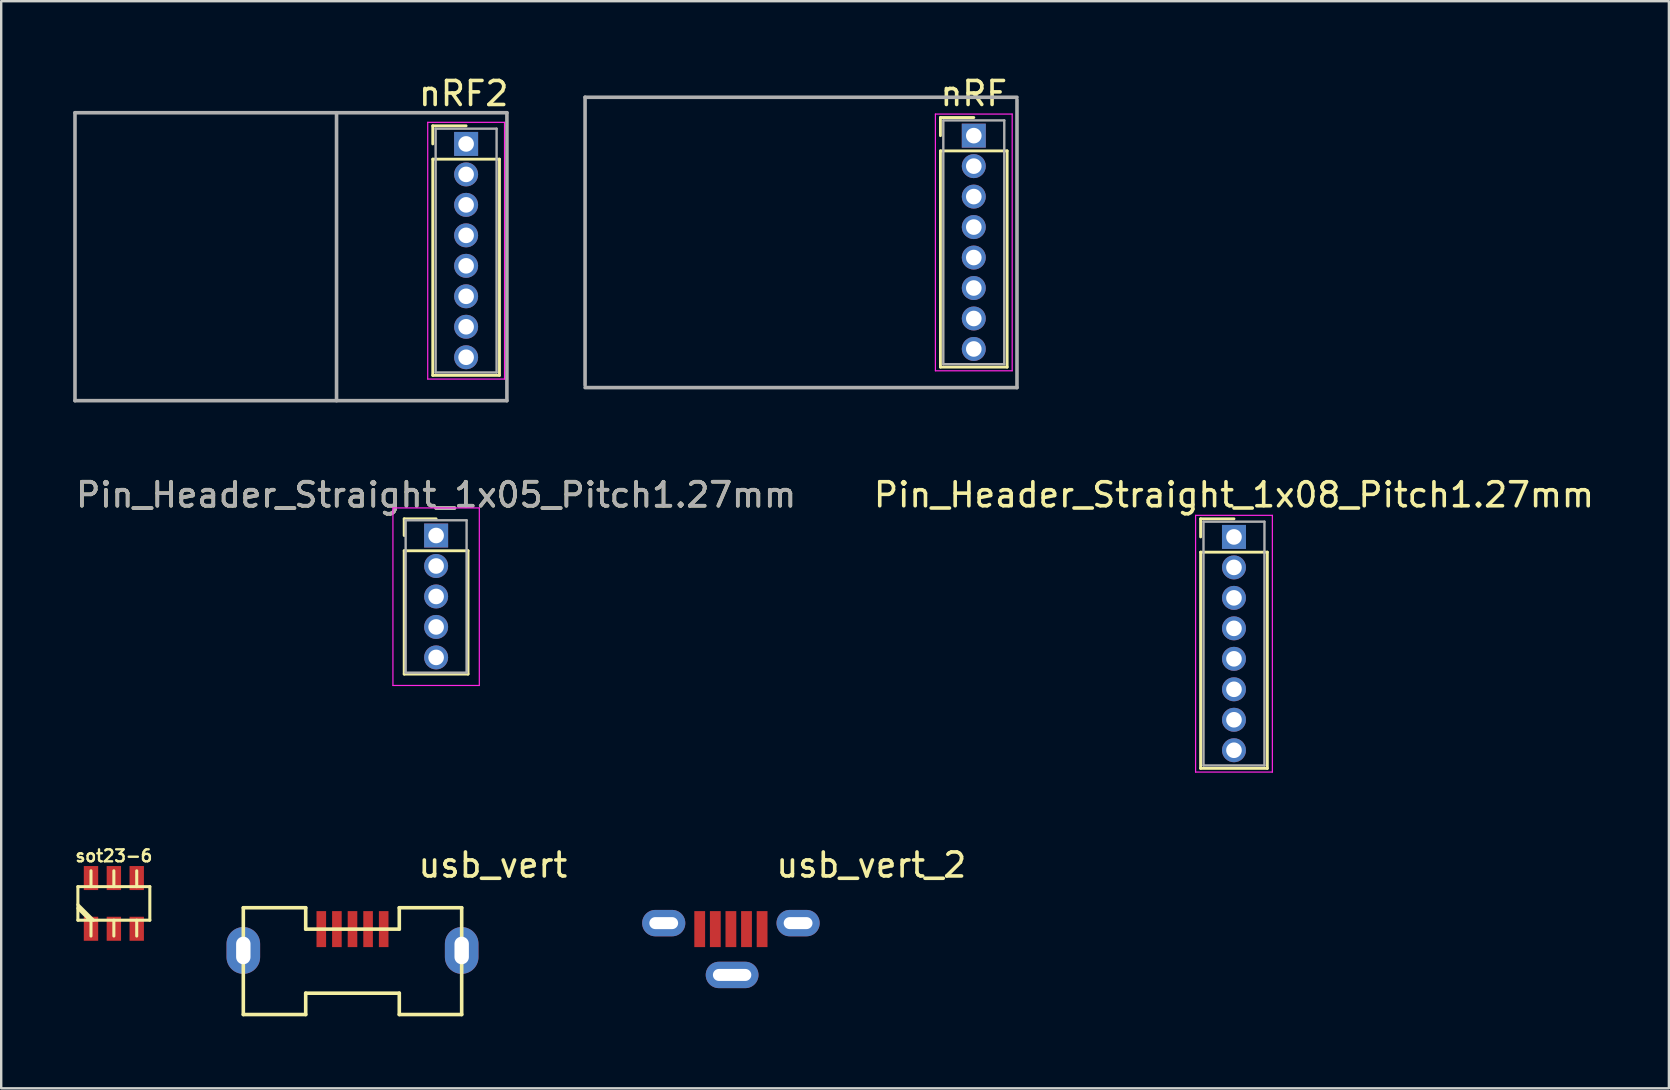
<source format=kicad_pcb>
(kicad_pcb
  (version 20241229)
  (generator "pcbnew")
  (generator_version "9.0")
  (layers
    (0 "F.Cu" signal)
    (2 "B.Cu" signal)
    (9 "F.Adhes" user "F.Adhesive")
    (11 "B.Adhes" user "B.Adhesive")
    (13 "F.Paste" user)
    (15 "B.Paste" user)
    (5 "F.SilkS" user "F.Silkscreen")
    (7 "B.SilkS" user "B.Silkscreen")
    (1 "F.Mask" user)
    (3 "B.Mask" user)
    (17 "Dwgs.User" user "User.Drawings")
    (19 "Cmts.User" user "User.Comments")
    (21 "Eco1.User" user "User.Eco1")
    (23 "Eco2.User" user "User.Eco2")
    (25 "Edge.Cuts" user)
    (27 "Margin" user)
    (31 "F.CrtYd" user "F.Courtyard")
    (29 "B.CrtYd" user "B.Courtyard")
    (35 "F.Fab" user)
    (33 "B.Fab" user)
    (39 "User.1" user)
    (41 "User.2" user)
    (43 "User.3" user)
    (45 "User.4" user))
  (footprint "usb_vert_2"
    (layer "F.Cu")
    (at 27.41 35.67)
    (property "Reference" "usb_vert_2" (at 5.85 -2.67 0) (layer "F.SilkS") (effects (font (size 1 1) (thickness 0.15))))
    (attr through_hole)
    (pad "1" smd rect (at -1.3 0) (size 0.45 1.5) (layers "F.Cu" "F.Mask" "F.Paste"))
    (pad "2" smd rect (at -0.65 0) (size 0.45 1.5) (layers "F.Cu" "F.Mask" "F.Paste"))
    (pad "3" smd rect (at 0 0) (size 0.45 1.5) (layers "F.Cu" "F.Mask" "F.Paste"))
    (pad "4" smd rect (at 0.65 0) (size 0.45 1.5) (layers "F.Cu" "F.Mask" "F.Paste"))
    (pad "5" smd rect (at 1.3 0) (size 0.45 1.5) (layers "F.Cu" "F.Mask" "F.Paste"))
    (pad "6" thru_hole oval (at -2.8 -0.25 90) (size 1.1 1.8) (drill oval 0.5 1.2) (layers "*.Cu" "*.Mask"))
    (pad "6" thru_hole oval (at 0.05 1.91 90) (size 1.1 2.2) (drill oval 0.5 1.6) (layers "*.Cu" "*.Mask"))
    (pad "6" thru_hole oval (at 2.8 -0.25 90) (size 1.1 1.8) (drill oval 0.5 1.2) (layers "*.Cu" "*.Mask")))
  (footprint "Pin_Header_Straight_1x08_Pitch1.27mm"
    (layer "F.Cu")
    (at 48.375 19.326)
    (property "Reference" "Pin_Header_Straight_1x08_Pitch1.27mm" (at 0 -1.755 0) (layer "F.SilkS") (effects (font (size 1 1) (thickness 0.15))))
    (attr through_hole)
    (fp_line (start -1.39 -0.755) (end 0 -0.755) (stroke (width 0.12) (type solid)) (layer "F.SilkS"))
    (fp_line (start -1.39 0) (end -1.39 -0.755) (stroke (width 0.12) (type solid)) (layer "F.SilkS"))
    (fp_line (start -1.39 0.635) (end -1.39 9.645) (stroke (width 0.12) (type solid)) (layer "F.SilkS"))
    (fp_line (start -1.39 9.645) (end 1.39 9.645) (stroke (width 0.12) (type solid)) (layer "F.SilkS"))
    (fp_line (start 1.39 0.635) (end -1.39 0.635) (stroke (width 0.12) (type solid)) (layer "F.SilkS"))
    (fp_line (start 1.39 9.645) (end 1.39 0.635) (stroke (width 0.12) (type solid)) (layer "F.SilkS"))
    (fp_line (start -1.6 -0.9) (end -1.6 9.8) (stroke (width 0.05) (type solid)) (layer "F.CrtYd"))
    (fp_line (start -1.6 9.8) (end 1.6 9.8) (stroke (width 0.05) (type solid)) (layer "F.CrtYd"))
    (fp_line (start 1.6 -0.9) (end -1.6 -0.9) (stroke (width 0.05) (type solid)) (layer "F.CrtYd"))
    (fp_line (start 1.6 9.8) (end 1.6 -0.9) (stroke (width 0.05) (type solid)) (layer "F.CrtYd"))
    (fp_line (start -1.27 -0.635) (end -1.27 9.525) (stroke (width 0.1) (type solid)) (layer "F.Fab"))
    (fp_line (start -1.27 9.525) (end 1.27 9.525) (stroke (width 0.1) (type solid)) (layer "F.Fab"))
    (fp_line (start 1.27 -0.635) (end -1.27 -0.635) (stroke (width 0.1) (type solid)) (layer "F.Fab"))
    (fp_line (start 1.27 9.525) (end 1.27 -0.635) (stroke (width 0.1) (type solid)) (layer "F.Fab"))
    (pad "1" thru_hole rect (at 0 0) (size 1 1) (drill 0.65) (layers "*.Cu" "*.Mask"))
    (pad "2" thru_hole oval (at 0 1.27) (size 1 1) (drill 0.65) (layers "*.Cu" "*.Mask"))
    (pad "3" thru_hole oval (at 0 2.54) (size 1 1) (drill 0.65) (layers "*.Cu" "*.Mask"))
    (pad "4" thru_hole oval (at 0 3.81) (size 1 1) (drill 0.65) (layers "*.Cu" "*.Mask"))
    (pad "5" thru_hole oval (at 0 5.08) (size 1 1) (drill 0.65) (layers "*.Cu" "*.Mask"))
    (pad "6" thru_hole oval (at 0 6.35) (size 1 1) (drill 0.65) (layers "*.Cu" "*.Mask"))
    (pad "7" thru_hole oval (at 0 7.62) (size 1 1) (drill 0.65) (layers "*.Cu" "*.Mask"))
    (pad "8" thru_hole oval (at 0 8.89) (size 1 1) (drill 0.65) (layers "*.Cu" "*.Mask")))
  (footprint "usb_vert"
    (layer "F.Cu")
    (at 11.64 35.67)
    (property "Reference" "usb_vert" (at 5.85 -2.67 0) (layer "F.SilkS") (effects (font (size 1 1) (thickness 0.15))))
    (attr through_hole)
    (fp_line (start -4.55 -0.89) (end -4.55 3.56) (stroke (width 0.15) (type solid)) (layer "F.SilkS"))
    (fp_line (start -4.55 3.56) (end -1.95 3.56) (stroke (width 0.15) (type solid)) (layer "F.SilkS"))
    (fp_line (start -1.95 -0.89) (end -4.55 -0.89) (stroke (width 0.15) (type solid)) (layer "F.SilkS"))
    (fp_line (start -1.95 0) (end -1.95 -0.89) (stroke (width 0.15) (type solid)) (layer "F.SilkS"))
    (fp_line (start -1.95 2.67) (end 1.95 2.67) (stroke (width 0.15) (type solid)) (layer "F.SilkS"))
    (fp_line (start -1.95 3.56) (end -1.95 2.67) (stroke (width 0.15) (type solid)) (layer "F.SilkS"))
    (fp_line (start 1.95 -0.89) (end 1.95 0) (stroke (width 0.15) (type solid)) (layer "F.SilkS"))
    (fp_line (start 1.95 0) (end -1.95 0) (stroke (width 0.15) (type solid)) (layer "F.SilkS"))
    (fp_line (start 1.95 2.67) (end 1.95 3.56) (stroke (width 0.15) (type solid)) (layer "F.SilkS"))
    (fp_line (start 1.95 3.56) (end 4.55 3.56) (stroke (width 0.15) (type solid)) (layer "F.SilkS"))
    (fp_line (start 4.55 -0.89) (end 1.95 -0.89) (stroke (width 0.15) (type solid)) (layer "F.SilkS"))
    (fp_line (start 4.55 3.56) (end 4.55 -0.89) (stroke (width 0.15) (type solid)) (layer "F.SilkS"))
    (pad "1" smd rect (at -1.3 0) (size 0.4 1.5) (layers "F.Cu" "F.Mask" "F.Paste"))
    (pad "2" smd rect (at -0.65 0) (size 0.4 1.5) (layers "F.Cu" "F.Mask" "F.Paste"))
    (pad "3" smd rect (at 0 0) (size 0.4 1.5) (layers "F.Cu" "F.Mask" "F.Paste"))
    (pad "4" smd rect (at 0.65 0) (size 0.4 1.5) (layers "F.Cu" "F.Mask" "F.Paste"))
    (pad "5" smd rect (at 1.3 0) (size 0.4 1.5) (layers "F.Cu" "F.Mask" "F.Paste"))
    (pad "6" thru_hole oval (at 4.55 0.89) (size 1.4 1.95) (drill oval 0.6 1.15) (layers "*.Cu" "*.Mask"))
    (pad "7" thru_hole oval (at -4.55 0.89) (size 1.4 1.95) (drill oval 0.6 1.15) (layers "*.Cu" "*.Mask")))
  (footprint "Pin_Header_Straight_1x05_Pitch1.27mm"
    (layer "F.Cu")
    (at 15.125 19.267)
    (property "Reference" "Pin_Header_Straight_1x05_Pitch1.27mm" (at 0 -1.695 0) (layer "F.SilkS") (effects (font (size 1 1) (thickness 0.15))))
    (attr through_hole)
    (fp_line (start -1.33 -0.695) (end 0 -0.695) (stroke (width 0.12) (type solid)) (layer "F.SilkS"))
    (fp_line (start -1.33 0) (end -1.33 -0.695) (stroke (width 0.12) (type solid)) (layer "F.SilkS"))
    (fp_line (start -1.33 0.635) (end -1.33 5.775) (stroke (width 0.12) (type solid)) (layer "F.SilkS"))
    (fp_line (start -1.33 5.775) (end 1.33 5.775) (stroke (width 0.12) (type solid)) (layer "F.SilkS"))
    (fp_line (start 1.33 0.635) (end -1.33 0.635) (stroke (width 0.12) (type solid)) (layer "F.SilkS"))
    (fp_line (start 1.33 5.775) (end 1.33 0.635) (stroke (width 0.12) (type solid)) (layer "F.SilkS"))
    (fp_line (start -1.8 -1.15) (end -1.8 6.25) (stroke (width 0.05) (type solid)) (layer "F.CrtYd"))
    (fp_line (start -1.8 6.25) (end 1.8 6.25) (stroke (width 0.05) (type solid)) (layer "F.CrtYd"))
    (fp_line (start 1.8 -1.15) (end -1.8 -1.15) (stroke (width 0.05) (type solid)) (layer "F.CrtYd"))
    (fp_line (start 1.8 6.25) (end 1.8 -1.15) (stroke (width 0.05) (type solid)) (layer "F.CrtYd"))
    (fp_line (start -1.27 -0.635) (end -1.27 5.715) (stroke (width 0.1) (type solid)) (layer "F.Fab"))
    (fp_line (start -1.27 5.715) (end 1.27 5.715) (stroke (width 0.1) (type solid)) (layer "F.Fab"))
    (fp_line (start 1.27 -0.635) (end -1.27 -0.635) (stroke (width 0.1) (type solid)) (layer "F.Fab"))
    (fp_line (start 1.27 5.715) (end 1.27 -0.635) (stroke (width 0.1) (type solid)) (layer "F.Fab"))
    (fp_text user "${REFERENCE}" (at 0 -1.695 0) (layer "F.Fab") (effects (font (size 1 1) (thickness 0.15))))
    (pad "1" thru_hole rect (at 0 0) (size 1 1) (drill 0.65) (layers "*.Cu" "*.Mask"))
    (pad "2" thru_hole oval (at 0 1.27) (size 1 1) (drill 0.65) (layers "*.Cu" "*.Mask"))
    (pad "3" thru_hole oval (at 0 2.54) (size 1 1) (drill 0.65) (layers "*.Cu" "*.Mask"))
    (pad "4" thru_hole oval (at 0 3.81) (size 1 1) (drill 0.65) (layers "*.Cu" "*.Mask"))
    (pad "5" thru_hole oval (at 0 5.08) (size 1 1) (drill 0.65) (layers "*.Cu" "*.Mask")))
  (footprint "sot23-6"
    (layer "F.Cu")
    (at 1.695 34.599)
    (property "Reference" "sot23-6" (at 0 -1.981 0) (layer "F.SilkS") (effects (font (size 0.5 0.5) (thickness 0.099))))
    (attr through_hole)
    (fp_line (start -1.499 -0.699) (end 1.499 -0.699) (stroke (width 0.127) (type solid)) (layer "F.SilkS"))
    (fp_line (start -1.499 0.699) (end -1.499 -0.699) (stroke (width 0.127) (type solid)) (layer "F.SilkS"))
    (fp_line (start -1.003 0.699) (end -1.499 0.203) (stroke (width 0.127) (type solid)) (layer "F.SilkS"))
    (fp_line (start -0.953 -0.699) (end -0.953 -1.359) (stroke (width 0.127) (type solid)) (layer "F.SilkS"))
    (fp_line (start -0.953 0.699) (end -0.953 1.359) (stroke (width 0.127) (type solid)) (layer "F.SilkS"))
    (fp_line (start -0.851 0.699) (end -1.499 0.051) (stroke (width 0.127) (type solid)) (layer "F.SilkS"))
    (fp_line (start 0 -0.699) (end 0 -1.359) (stroke (width 0.127) (type solid)) (layer "F.SilkS"))
    (fp_line (start 0 0.699) (end 0 1.359) (stroke (width 0.127) (type solid)) (layer "F.SilkS"))
    (fp_line (start 0.953 -0.699) (end 0.953 -1.359) (stroke (width 0.127) (type solid)) (layer "F.SilkS"))
    (fp_line (start 0.953 0.699) (end 0.953 1.359) (stroke (width 0.127) (type solid)) (layer "F.SilkS"))
    (fp_line (start 1.499 -0.699) (end 1.499 0.699) (stroke (width 0.127) (type solid)) (layer "F.SilkS"))
    (fp_line (start 1.499 0.699) (end -1.499 0.699) (stroke (width 0.127) (type solid)) (layer "F.SilkS"))
    (pad "1" smd rect (at -0.953 1.057) (size 0.599 1.001) (layers "F.Cu" "F.Mask" "F.Paste"))
    (pad "2" smd rect (at 0 1.057) (size 0.599 1.001) (layers "F.Cu" "F.Mask" "F.Paste"))
    (pad "3" smd rect (at 0.953 1.057) (size 0.599 1.001) (layers "F.Cu" "F.Mask" "F.Paste"))
    (pad "4" smd rect (at 0.953 -1.057) (size 0.599 1.001) (layers "F.Cu" "F.Mask" "F.Paste"))
    (pad "5" smd rect (at 0 -1.057) (size 0.599 1.001) (layers "F.Cu" "F.Mask" "F.Paste"))
    (pad "6" smd rect (at -0.953 -1.057) (size 0.599 1.001) (layers "F.Cu" "F.Mask" "F.Paste")))
  (footprint "nRF2"
    (layer "F.Cu")
    (at 0.975 3.248)
    (property "Reference" "nRF2" (at 15.3 -2.4 0) (layer "F.SilkS") (effects (font (size 1 1) (thickness 0.15))))
    (attr through_hole)
    (fp_line (start 14.01 -1.055) (end 15.4 -1.055) (stroke (width 0.12) (type solid)) (layer "F.SilkS"))
    (fp_line (start 14.01 -0.3) (end 14.01 -1.055) (stroke (width 0.12) (type solid)) (layer "F.SilkS"))
    (fp_line (start 14.01 0.335) (end 14.01 9.345) (stroke (width 0.12) (type solid)) (layer "F.SilkS"))
    (fp_line (start 14.01 9.345) (end 16.79 9.345) (stroke (width 0.12) (type solid)) (layer "F.SilkS"))
    (fp_line (start 16.79 0.335) (end 14.01 0.335) (stroke (width 0.12) (type solid)) (layer "F.SilkS"))
    (fp_line (start 16.79 9.345) (end 16.79 0.335) (stroke (width 0.12) (type solid)) (layer "F.SilkS"))
    (fp_line (start 13.8 -1.2) (end 13.8 9.5) (stroke (width 0.05) (type solid)) (layer "F.CrtYd"))
    (fp_line (start 13.8 9.5) (end 17 9.5) (stroke (width 0.05) (type solid)) (layer "F.CrtYd"))
    (fp_line (start 17 -1.2) (end 13.8 -1.2) (stroke (width 0.05) (type solid)) (layer "F.CrtYd"))
    (fp_line (start 17 9.5) (end 17 -1.2) (stroke (width 0.05) (type solid)) (layer "F.CrtYd"))
    (fp_line (start -0.9 -1.6) (end -0.9 10.4) (stroke (width 0.15) (type solid)) (layer "F.Fab"))
    (fp_line (start -0.9 -1.6) (end 17.1 -1.6) (stroke (width 0.15) (type solid)) (layer "F.Fab"))
    (fp_line (start 10 -1.6) (end 10 10.4) (stroke (width 0.15) (type solid)) (layer "F.Fab"))
    (fp_line (start 14.13 -0.935) (end 14.13 9.225) (stroke (width 0.1) (type solid)) (layer "F.Fab"))
    (fp_line (start 14.13 9.225) (end 16.67 9.225) (stroke (width 0.1) (type solid)) (layer "F.Fab"))
    (fp_line (start 16.67 -0.935) (end 14.13 -0.935) (stroke (width 0.1) (type solid)) (layer "F.Fab"))
    (fp_line (start 16.67 9.225) (end 16.67 -0.935) (stroke (width 0.1) (type solid)) (layer "F.Fab"))
    (fp_line (start 17.1 -1.6) (end 17.1 10.4) (stroke (width 0.15) (type solid)) (layer "F.Fab"))
    (fp_line (start 17.1 10.4) (end -0.9 10.4) (stroke (width 0.15) (type solid)) (layer "F.Fab"))
    (pad "1" thru_hole rect (at 15.4 -0.3) (size 1 1) (drill 0.65) (layers "*.Cu" "*.Mask"))
    (pad "2" thru_hole oval (at 15.4 0.97) (size 1 1) (drill 0.65) (layers "*.Cu" "*.Mask"))
    (pad "3" thru_hole oval (at 15.4 2.24) (size 1 1) (drill 0.65) (layers "*.Cu" "*.Mask"))
    (pad "4" thru_hole oval (at 15.4 3.51) (size 1 1) (drill 0.65) (layers "*.Cu" "*.Mask"))
    (pad "5" thru_hole oval (at 15.4 4.78) (size 1 1) (drill 0.65) (layers "*.Cu" "*.Mask"))
    (pad "6" thru_hole oval (at 15.4 6.05) (size 1 1) (drill 0.65) (layers "*.Cu" "*.Mask"))
    (pad "7" thru_hole oval (at 15.4 7.32) (size 1 1) (drill 0.65) (layers "*.Cu" "*.Mask"))
    (pad "8" thru_hole oval (at 15.4 8.59) (size 1 1) (drill 0.65) (layers "*.Cu" "*.Mask")))
  (footprint "nRF"
    (layer "F.Cu")
    (at 37.532 2.603)
    (property "Reference" "nRF" (at 0 -1.755 0) (layer "F.SilkS") (effects (font (size 1 1) (thickness 0.15))))
    (attr through_hole)
    (fp_line (start -1.39 -0.755) (end 0 -0.755) (stroke (width 0.12) (type solid)) (layer "F.SilkS"))
    (fp_line (start -1.39 0) (end -1.39 -0.755) (stroke (width 0.12) (type solid)) (layer "F.SilkS"))
    (fp_line (start -1.39 0.635) (end -1.39 9.645) (stroke (width 0.12) (type solid)) (layer "F.SilkS"))
    (fp_line (start -1.39 9.645) (end 1.39 9.645) (stroke (width 0.12) (type solid)) (layer "F.SilkS"))
    (fp_line (start 1.39 0.635) (end -1.39 0.635) (stroke (width 0.12) (type solid)) (layer "F.SilkS"))
    (fp_line (start 1.39 9.645) (end 1.39 0.635) (stroke (width 0.12) (type solid)) (layer "F.SilkS"))
    (fp_line (start -1.6 -0.9) (end -1.6 9.8) (stroke (width 0.05) (type solid)) (layer "F.CrtYd"))
    (fp_line (start -1.6 9.8) (end 1.6 9.8) (stroke (width 0.05) (type solid)) (layer "F.CrtYd"))
    (fp_line (start 1.6 -0.9) (end -1.6 -0.9) (stroke (width 0.05) (type solid)) (layer "F.CrtYd"))
    (fp_line (start 1.6 9.8) (end 1.6 -0.9) (stroke (width 0.05) (type solid)) (layer "F.CrtYd"))
    (fp_line (start -16.2 -1.6) (end -16.2 10.4) (stroke (width 0.15) (type solid)) (layer "F.Fab"))
    (fp_line (start -16.2 -1.6) (end 1.8 -1.6) (stroke (width 0.15) (type solid)) (layer "F.Fab"))
    (fp_line (start -1.27 -0.635) (end -1.27 9.525) (stroke (width 0.1) (type solid)) (layer "F.Fab"))
    (fp_line (start -1.27 9.525) (end 1.27 9.525) (stroke (width 0.1) (type solid)) (layer "F.Fab"))
    (fp_line (start 1.27 -0.635) (end -1.27 -0.635) (stroke (width 0.1) (type solid)) (layer "F.Fab"))
    (fp_line (start 1.27 9.525) (end 1.27 -0.635) (stroke (width 0.1) (type solid)) (layer "F.Fab"))
    (fp_line (start 1.8 -1.5) (end 1.8 10.5) (stroke (width 0.15) (type solid)) (layer "F.Fab"))
    (fp_line (start 1.8 10.5) (end -16.2 10.5) (stroke (width 0.15) (type solid)) (layer "F.Fab"))
    (pad "1" thru_hole rect (at 0 0) (size 1 1) (drill 0.65) (layers "*.Cu" "*.Mask"))
    (pad "2" thru_hole oval (at 0 1.27) (size 1 1) (drill 0.65) (layers "*.Cu" "*.Mask"))
    (pad "3" thru_hole oval (at 0 2.54) (size 1 1) (drill 0.65) (layers "*.Cu" "*.Mask"))
    (pad "4" thru_hole oval (at 0 3.81) (size 1 1) (drill 0.65) (layers "*.Cu" "*.Mask"))
    (pad "5" thru_hole oval (at 0 5.08) (size 1 1) (drill 0.65) (layers "*.Cu" "*.Mask"))
    (pad "6" thru_hole oval (at 0 6.35) (size 1 1) (drill 0.65) (layers "*.Cu" "*.Mask"))
    (pad "7" thru_hole oval (at 0 7.62) (size 1 1) (drill 0.65) (layers "*.Cu" "*.Mask"))
    (pad "8" thru_hole oval (at 0 8.89) (size 1 1) (drill 0.65) (layers "*.Cu" "*.Mask")))
  (gr_rect
    (start -3 -3)
    (end 66.5 42.305)
    (stroke (width 0.1) (type default))
    (fill no)
    (layer "Edge.Cuts")))
</source>
